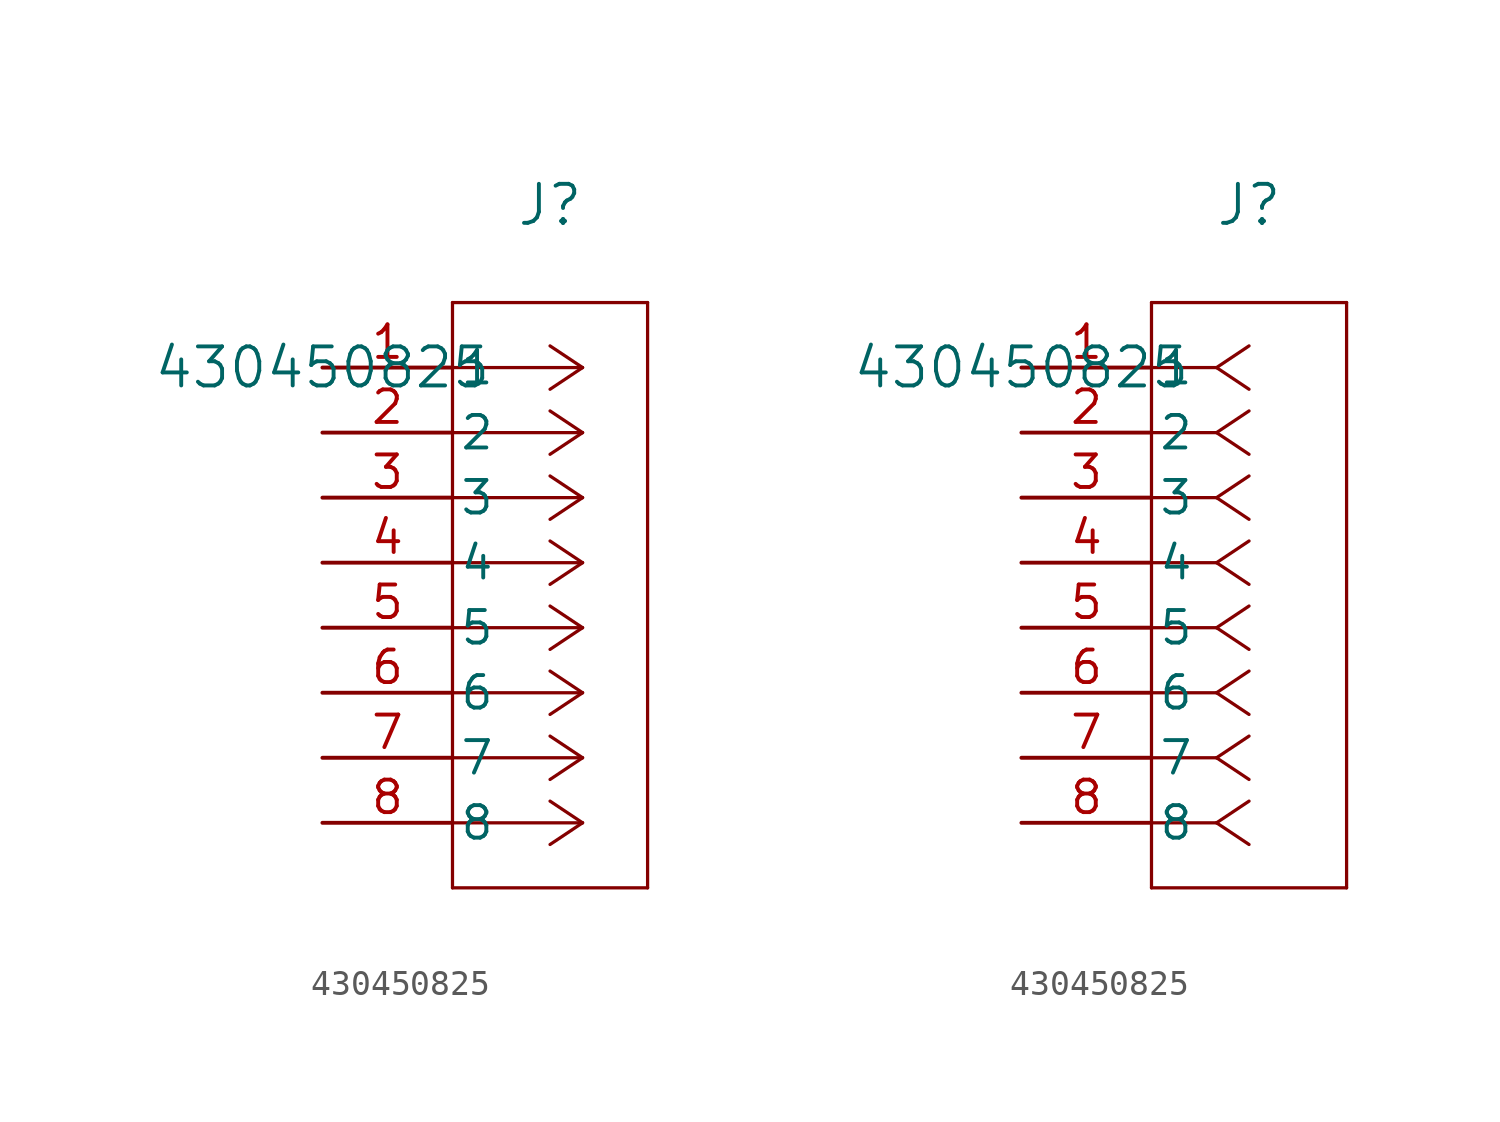
<source format=kicad_sym>
(kicad_symbol_lib
  (version 20211014)
  (generator kicad_symbol_editor)
  (symbol "430450825"
    (pin_names
      (offset 0.254))
    (property "Reference" "J"
      (at 8.89 6.35 0)
      (effects (font (size 1.524 1.524))))
    (property "Value" "430450825"
      (at 0 0 0)
      (effects (font (size 1.524 1.524))))
    (symbol "430450825_1_1"
      (polyline (pts (xy 10.16 0) (xy 5.08 0)) (stroke (width 0.127) (type default) (color 0 0 0 0)) (fill (type none)))
      (polyline (pts (xy 10.16 -2.54) (xy 5.08 -2.54)) (stroke (width 0.127) (type default) (color 0 0 0 0)) (fill (type none)))
      (polyline (pts (xy 10.16 -5.08) (xy 5.08 -5.08)) (stroke (width 0.127) (type default) (color 0 0 0 0)) (fill (type none)))
      (polyline (pts (xy 10.16 -7.62) (xy 5.08 -7.62)) (stroke (width 0.127) (type default) (color 0 0 0 0)) (fill (type none)))
      (polyline (pts (xy 10.16 -10.16) (xy 5.08 -10.16)) (stroke (width 0.127) (type default) (color 0 0 0 0)) (fill (type none)))
      (polyline (pts (xy 10.16 -12.7) (xy 5.08 -12.7)) (stroke (width 0.127) (type default) (color 0 0 0 0)) (fill (type none)))
      (polyline (pts (xy 10.16 -15.24) (xy 5.08 -15.24)) (stroke (width 0.127) (type default) (color 0 0 0 0)) (fill (type none)))
      (polyline (pts (xy 10.16 -17.78) (xy 5.08 -17.78)) (stroke (width 0.127) (type default) (color 0 0 0 0)) (fill (type none)))
      (polyline (pts (xy 10.16 0) (xy 8.89 0.847)) (stroke (width 0.127) (type default) (color 0 0 0 0)) (fill (type none)))
      (polyline (pts (xy 10.16 -2.54) (xy 8.89 -1.693)) (stroke (width 0.127) (type default) (color 0 0 0 0)) (fill (type none)))
      (polyline (pts (xy 10.16 -5.08) (xy 8.89 -4.233)) (stroke (width 0.127) (type default) (color 0 0 0 0)) (fill (type none)))
      (polyline (pts (xy 10.16 -7.62) (xy 8.89 -6.773)) (stroke (width 0.127) (type default) (color 0 0 0 0)) (fill (type none)))
      (polyline (pts (xy 10.16 -10.16) (xy 8.89 -9.313)) (stroke (width 0.127) (type default) (color 0 0 0 0)) (fill (type none)))
      (polyline (pts (xy 10.16 -12.7) (xy 8.89 -11.853)) (stroke (width 0.127) (type default) (color 0 0 0 0)) (fill (type none)))
      (polyline (pts (xy 10.16 -15.24) (xy 8.89 -14.393)) (stroke (width 0.127) (type default) (color 0 0 0 0)) (fill (type none)))
      (polyline (pts (xy 10.16 -17.78) (xy 8.89 -16.933)) (stroke (width 0.127) (type default) (color 0 0 0 0)) (fill (type none)))
      (polyline (pts (xy 10.16 0) (xy 8.89 -0.847)) (stroke (width 0.127) (type default) (color 0 0 0 0)) (fill (type none)))
      (polyline (pts (xy 10.16 -2.54) (xy 8.89 -3.387)) (stroke (width 0.127) (type default) (color 0 0 0 0)) (fill (type none)))
      (polyline (pts (xy 10.16 -5.08) (xy 8.89 -5.927)) (stroke (width 0.127) (type default) (color 0 0 0 0)) (fill (type none)))
      (polyline (pts (xy 10.16 -7.62) (xy 8.89 -8.467)) (stroke (width 0.127) (type default) (color 0 0 0 0)) (fill (type none)))
      (polyline (pts (xy 10.16 -10.16) (xy 8.89 -11.007)) (stroke (width 0.127) (type default) (color 0 0 0 0)) (fill (type none)))
      (polyline (pts (xy 10.16 -12.7) (xy 8.89 -13.547)) (stroke (width 0.127) (type default) (color 0 0 0 0)) (fill (type none)))
      (polyline (pts (xy 10.16 -15.24) (xy 8.89 -16.087)) (stroke (width 0.127) (type default) (color 0 0 0 0)) (fill (type none)))
      (polyline (pts (xy 10.16 -17.78) (xy 8.89 -18.627)) (stroke (width 0.127) (type default) (color 0 0 0 0)) (fill (type none)))
      (polyline (pts (xy 5.08 2.54) (xy 5.08 -20.32)) (stroke (width 0.127) (type default) (color 0 0 0 0)) (fill (type none)))
      (polyline (pts (xy 5.08 -20.32) (xy 12.7 -20.32)) (stroke (width 0.127) (type default) (color 0 0 0 0)) (fill (type none)))
      (polyline (pts (xy 12.7 -20.32) (xy 12.7 2.54)) (stroke (width 0.127) (type default) (color 0 0 0 0)) (fill (type none)))
      (polyline (pts (xy 12.7 2.54) (xy 5.08 2.54)) (stroke (width 0.127) (type default) (color 0 0 0 0)) (fill (type none)))
      (pin unspecified line (at 0 0 0) (length 5.08) (name "1" (effects (font (size 1.27 1.27)))) (number "1" (effects (font (size 1.27 1.27)))))
      (pin unspecified line (at 0 -2.54 0) (length 5.08) (name "2" (effects (font (size 1.27 1.27)))) (number "2" (effects (font (size 1.27 1.27)))))
      (pin unspecified line (at 0 -5.08 0) (length 5.08) (name "3" (effects (font (size 1.27 1.27)))) (number "3" (effects (font (size 1.27 1.27)))))
      (pin unspecified line (at 0 -7.62 0) (length 5.08) (name "4" (effects (font (size 1.27 1.27)))) (number "4" (effects (font (size 1.27 1.27)))))
      (pin unspecified line (at 0 -10.16 0) (length 5.08) (name "5" (effects (font (size 1.27 1.27)))) (number "5" (effects (font (size 1.27 1.27)))))
      (pin unspecified line (at 0 -12.7 0) (length 5.08) (name "6" (effects (font (size 1.27 1.27)))) (number "6" (effects (font (size 1.27 1.27)))))
      (pin unspecified line (at 0 -15.24 0) (length 5.08) (name "7" (effects (font (size 1.27 1.27)))) (number "7" (effects (font (size 1.27 1.27)))))
      (pin unspecified line (at 0 -17.78 0) (length 5.08) (name "8" (effects (font (size 1.27 1.27)))) (number "8" (effects (font (size 1.27 1.27))))))
    (symbol "430450825_1_2"
      (polyline (pts (xy 7.62 0) (xy 5.08 0)) (stroke (width 0.127) (type default) (color 0 0 0 0)) (fill (type none)))
      (polyline (pts (xy 7.62 -2.54) (xy 5.08 -2.54)) (stroke (width 0.127) (type default) (color 0 0 0 0)) (fill (type none)))
      (polyline (pts (xy 7.62 -5.08) (xy 5.08 -5.08)) (stroke (width 0.127) (type default) (color 0 0 0 0)) (fill (type none)))
      (polyline (pts (xy 7.62 -7.62) (xy 5.08 -7.62)) (stroke (width 0.127) (type default) (color 0 0 0 0)) (fill (type none)))
      (polyline (pts (xy 7.62 -10.16) (xy 5.08 -10.16)) (stroke (width 0.127) (type default) (color 0 0 0 0)) (fill (type none)))
      (polyline (pts (xy 7.62 -12.7) (xy 5.08 -12.7)) (stroke (width 0.127) (type default) (color 0 0 0 0)) (fill (type none)))
      (polyline (pts (xy 7.62 -15.24) (xy 5.08 -15.24)) (stroke (width 0.127) (type default) (color 0 0 0 0)) (fill (type none)))
      (polyline (pts (xy 7.62 -17.78) (xy 5.08 -17.78)) (stroke (width 0.127) (type default) (color 0 0 0 0)) (fill (type none)))
      (polyline (pts (xy 7.62 0) (xy 8.89 0.847)) (stroke (width 0.127) (type default) (color 0 0 0 0)) (fill (type none)))
      (polyline (pts (xy 7.62 -2.54) (xy 8.89 -1.693)) (stroke (width 0.127) (type default) (color 0 0 0 0)) (fill (type none)))
      (polyline (pts (xy 7.62 -5.08) (xy 8.89 -4.233)) (stroke (width 0.127) (type default) (color 0 0 0 0)) (fill (type none)))
      (polyline (pts (xy 7.62 -7.62) (xy 8.89 -6.773)) (stroke (width 0.127) (type default) (color 0 0 0 0)) (fill (type none)))
      (polyline (pts (xy 7.62 -10.16) (xy 8.89 -9.313)) (stroke (width 0.127) (type default) (color 0 0 0 0)) (fill (type none)))
      (polyline (pts (xy 7.62 -12.7) (xy 8.89 -11.853)) (stroke (width 0.127) (type default) (color 0 0 0 0)) (fill (type none)))
      (polyline (pts (xy 7.62 -15.24) (xy 8.89 -14.393)) (stroke (width 0.127) (type default) (color 0 0 0 0)) (fill (type none)))
      (polyline (pts (xy 7.62 -17.78) (xy 8.89 -16.933)) (stroke (width 0.127) (type default) (color 0 0 0 0)) (fill (type none)))
      (polyline (pts (xy 7.62 0) (xy 8.89 -0.847)) (stroke (width 0.127) (type default) (color 0 0 0 0)) (fill (type none)))
      (polyline (pts (xy 7.62 -2.54) (xy 8.89 -3.387)) (stroke (width 0.127) (type default) (color 0 0 0 0)) (fill (type none)))
      (polyline (pts (xy 7.62 -5.08) (xy 8.89 -5.927)) (stroke (width 0.127) (type default) (color 0 0 0 0)) (fill (type none)))
      (polyline (pts (xy 7.62 -7.62) (xy 8.89 -8.467)) (stroke (width 0.127) (type default) (color 0 0 0 0)) (fill (type none)))
      (polyline (pts (xy 7.62 -10.16) (xy 8.89 -11.007)) (stroke (width 0.127) (type default) (color 0 0 0 0)) (fill (type none)))
      (polyline (pts (xy 7.62 -12.7) (xy 8.89 -13.547)) (stroke (width 0.127) (type default) (color 0 0 0 0)) (fill (type none)))
      (polyline (pts (xy 7.62 -15.24) (xy 8.89 -16.087)) (stroke (width 0.127) (type default) (color 0 0 0 0)) (fill (type none)))
      (polyline (pts (xy 7.62 -17.78) (xy 8.89 -18.627)) (stroke (width 0.127) (type default) (color 0 0 0 0)) (fill (type none)))
      (polyline (pts (xy 5.08 2.54) (xy 5.08 -20.32)) (stroke (width 0.127) (type default) (color 0 0 0 0)) (fill (type none)))
      (polyline (pts (xy 5.08 -20.32) (xy 12.7 -20.32)) (stroke (width 0.127) (type default) (color 0 0 0 0)) (fill (type none)))
      (polyline (pts (xy 12.7 -20.32) (xy 12.7 2.54)) (stroke (width 0.127) (type default) (color 0 0 0 0)) (fill (type none)))
      (polyline (pts (xy 12.7 2.54) (xy 5.08 2.54)) (stroke (width 0.127) (type default) (color 0 0 0 0)) (fill (type none)))
      (pin unspecified line (at 0 0 0) (length 5.08) (name "1" (effects (font (size 1.27 1.27)))) (number "1" (effects (font (size 1.27 1.27)))))
      (pin unspecified line (at 0 -2.54 0) (length 5.08) (name "2" (effects (font (size 1.27 1.27)))) (number "2" (effects (font (size 1.27 1.27)))))
      (pin unspecified line (at 0 -5.08 0) (length 5.08) (name "3" (effects (font (size 1.27 1.27)))) (number "3" (effects (font (size 1.27 1.27)))))
      (pin unspecified line (at 0 -7.62 0) (length 5.08) (name "4" (effects (font (size 1.27 1.27)))) (number "4" (effects (font (size 1.27 1.27)))))
      (pin unspecified line (at 0 -10.16 0) (length 5.08) (name "5" (effects (font (size 1.27 1.27)))) (number "5" (effects (font (size 1.27 1.27)))))
      (pin unspecified line (at 0 -12.7 0) (length 5.08) (name "6" (effects (font (size 1.27 1.27)))) (number "6" (effects (font (size 1.27 1.27)))))
      (pin unspecified line (at 0 -15.24 0) (length 5.08) (name "7" (effects (font (size 1.27 1.27)))) (number "7" (effects (font (size 1.27 1.27)))))
      (pin unspecified line (at 0 -17.78 0) (length 5.08) (name "8" (effects (font (size 1.27 1.27)))) (number "8" (effects (font (size 1.27 1.27))))))))
</source>
